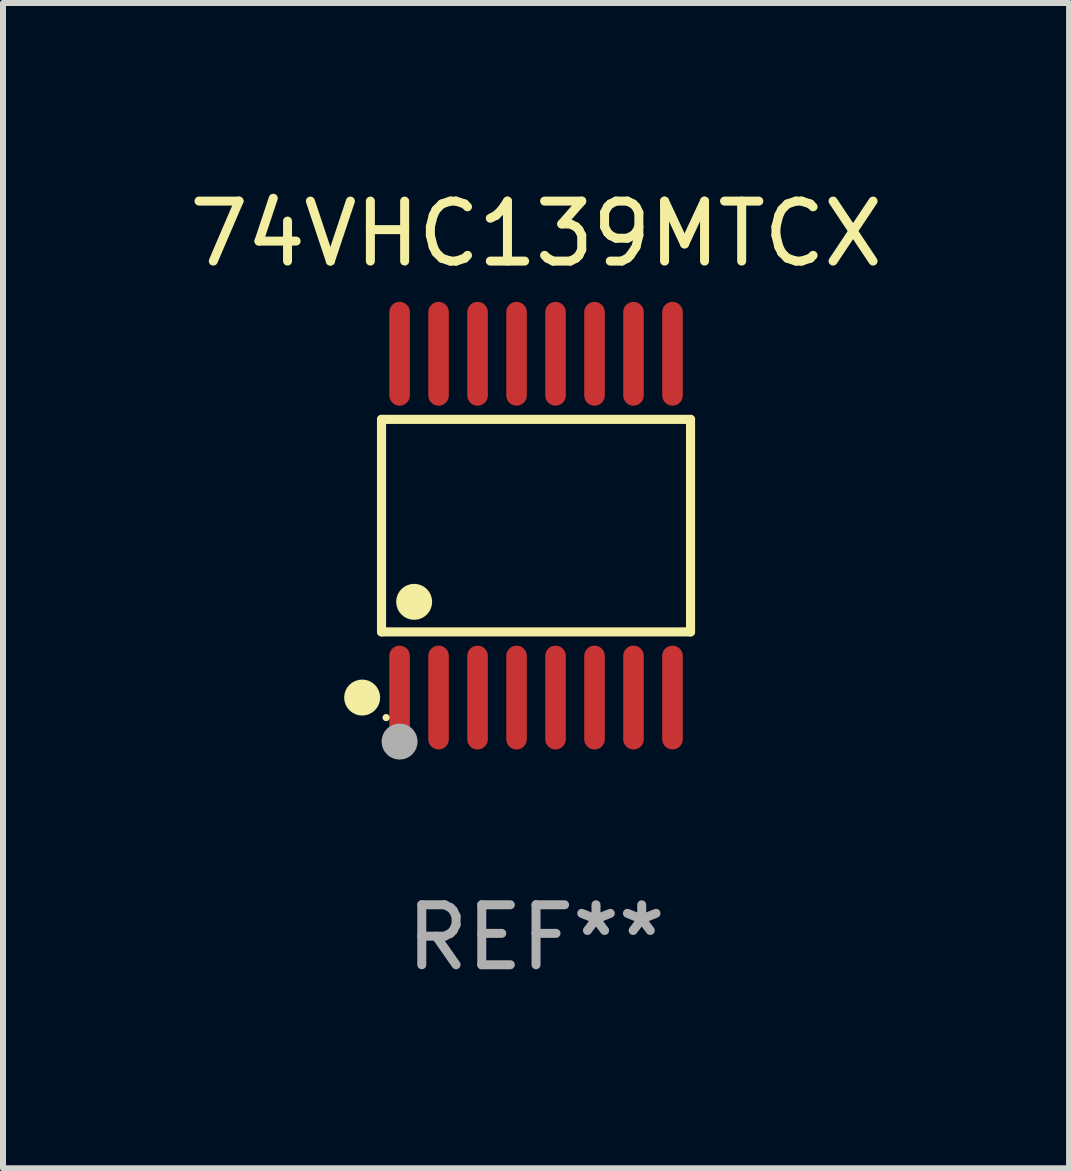
<source format=kicad_pcb>
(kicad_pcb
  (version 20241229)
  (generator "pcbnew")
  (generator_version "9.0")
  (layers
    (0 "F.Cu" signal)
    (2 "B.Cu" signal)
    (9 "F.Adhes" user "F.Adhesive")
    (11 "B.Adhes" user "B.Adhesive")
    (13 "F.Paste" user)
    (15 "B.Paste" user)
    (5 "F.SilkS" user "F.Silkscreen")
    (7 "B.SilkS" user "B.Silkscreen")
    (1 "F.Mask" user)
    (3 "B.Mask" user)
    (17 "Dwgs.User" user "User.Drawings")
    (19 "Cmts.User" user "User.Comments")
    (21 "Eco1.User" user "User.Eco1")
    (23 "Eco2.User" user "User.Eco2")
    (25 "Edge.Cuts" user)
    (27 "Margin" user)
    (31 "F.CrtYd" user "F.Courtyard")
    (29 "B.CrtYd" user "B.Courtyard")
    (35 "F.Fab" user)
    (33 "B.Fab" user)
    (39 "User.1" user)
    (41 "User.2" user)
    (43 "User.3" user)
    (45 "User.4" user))
  (footprint "74VHC139MTCX"
    (layer "F.Cu")
    (at 5.887 5.714)
    (property "Reference" "74VHC139MTCX" (at 0 -4.866 0) (layer "F.SilkS") (effects (font (size 1 1) (thickness 0.15))))
    (attr through_hole)
    (fp_line (start -2.576 -1.772) (end 2.576 -1.772) (stroke (width 0.152) (type solid)) (layer "F.SilkS"))
    (fp_line (start -2.576 1.771) (end -2.576 -1.772) (stroke (width 0.152) (type solid)) (layer "F.SilkS"))
    (fp_line (start 2.576 -1.772) (end 2.576 1.771) (stroke (width 0.152) (type solid)) (layer "F.SilkS"))
    (fp_line (start 2.576 1.771) (end -2.576 1.771) (stroke (width 0.152) (type solid)) (layer "F.SilkS"))
    (fp_circle (center -2.899 2.866) (end -2.749 2.866) (stroke (width 0.3) (type solid)) (fill no) (layer "F.SilkS"))
    (fp_circle (center -2.5 3.2) (end -2.47 3.2) (stroke (width 0.06) (type solid)) (fill no) (layer "F.SilkS"))
    (fp_circle (center -2.032 1.27) (end -1.882 1.27) (stroke (width 0.3) (type solid)) (fill no) (layer "F.SilkS"))
    (fp_circle (center -2.275 3.6) (end -2.125 3.6) (stroke (width 0.3) (type solid)) (fill no) (layer "F.Fab"))
    (fp_text user "REF**" (at 0 6.866 0) (layer "F.Fab") (effects (font (size 1 1) (thickness 0.15))))
    (pad "1" smd oval (at -2.275 2.866) (size 0.343 1.731) (layers "F.Cu" "F.Mask" "F.Paste"))
    (pad "2" smd oval (at -1.625 2.866) (size 0.343 1.731) (layers "F.Cu" "F.Mask" "F.Paste"))
    (pad "3" smd oval (at -0.975 2.866) (size 0.343 1.731) (layers "F.Cu" "F.Mask" "F.Paste"))
    (pad "4" smd oval (at -0.325 2.866) (size 0.343 1.731) (layers "F.Cu" "F.Mask" "F.Paste"))
    (pad "5" smd oval (at 0.325 2.866) (size 0.343 1.731) (layers "F.Cu" "F.Mask" "F.Paste"))
    (pad "6" smd oval (at 0.975 2.866) (size 0.343 1.731) (layers "F.Cu" "F.Mask" "F.Paste"))
    (pad "7" smd oval (at 1.625 2.866) (size 0.343 1.731) (layers "F.Cu" "F.Mask" "F.Paste"))
    (pad "8" smd oval (at 2.275 2.866) (size 0.343 1.731) (layers "F.Cu" "F.Mask" "F.Paste"))
    (pad "9" smd oval (at 2.275 -2.866) (size 0.343 1.731) (layers "F.Cu" "F.Mask" "F.Paste"))
    (pad "10" smd oval (at 1.625 -2.866) (size 0.343 1.731) (layers "F.Cu" "F.Mask" "F.Paste"))
    (pad "11" smd oval (at 0.975 -2.866) (size 0.343 1.731) (layers "F.Cu" "F.Mask" "F.Paste"))
    (pad "12" smd oval (at 0.325 -2.866) (size 0.343 1.731) (layers "F.Cu" "F.Mask" "F.Paste"))
    (pad "13" smd oval (at -0.325 -2.866) (size 0.343 1.731) (layers "F.Cu" "F.Mask" "F.Paste"))
    (pad "14" smd oval (at -0.975 -2.866) (size 0.343 1.731) (layers "F.Cu" "F.Mask" "F.Paste"))
    (pad "15" smd oval (at -1.625 -2.866) (size 0.343 1.731) (layers "F.Cu" "F.Mask" "F.Paste"))
    (pad "16" smd oval (at -2.275 -2.866) (size 0.343 1.731) (layers "F.Cu" "F.Mask" "F.Paste")))
  (gr_rect
    (start -3 -3)
    (end 14.774 16.428)
    (stroke (width 0.1) (type default))
    (fill no)
    (layer "Edge.Cuts")))
</source>
